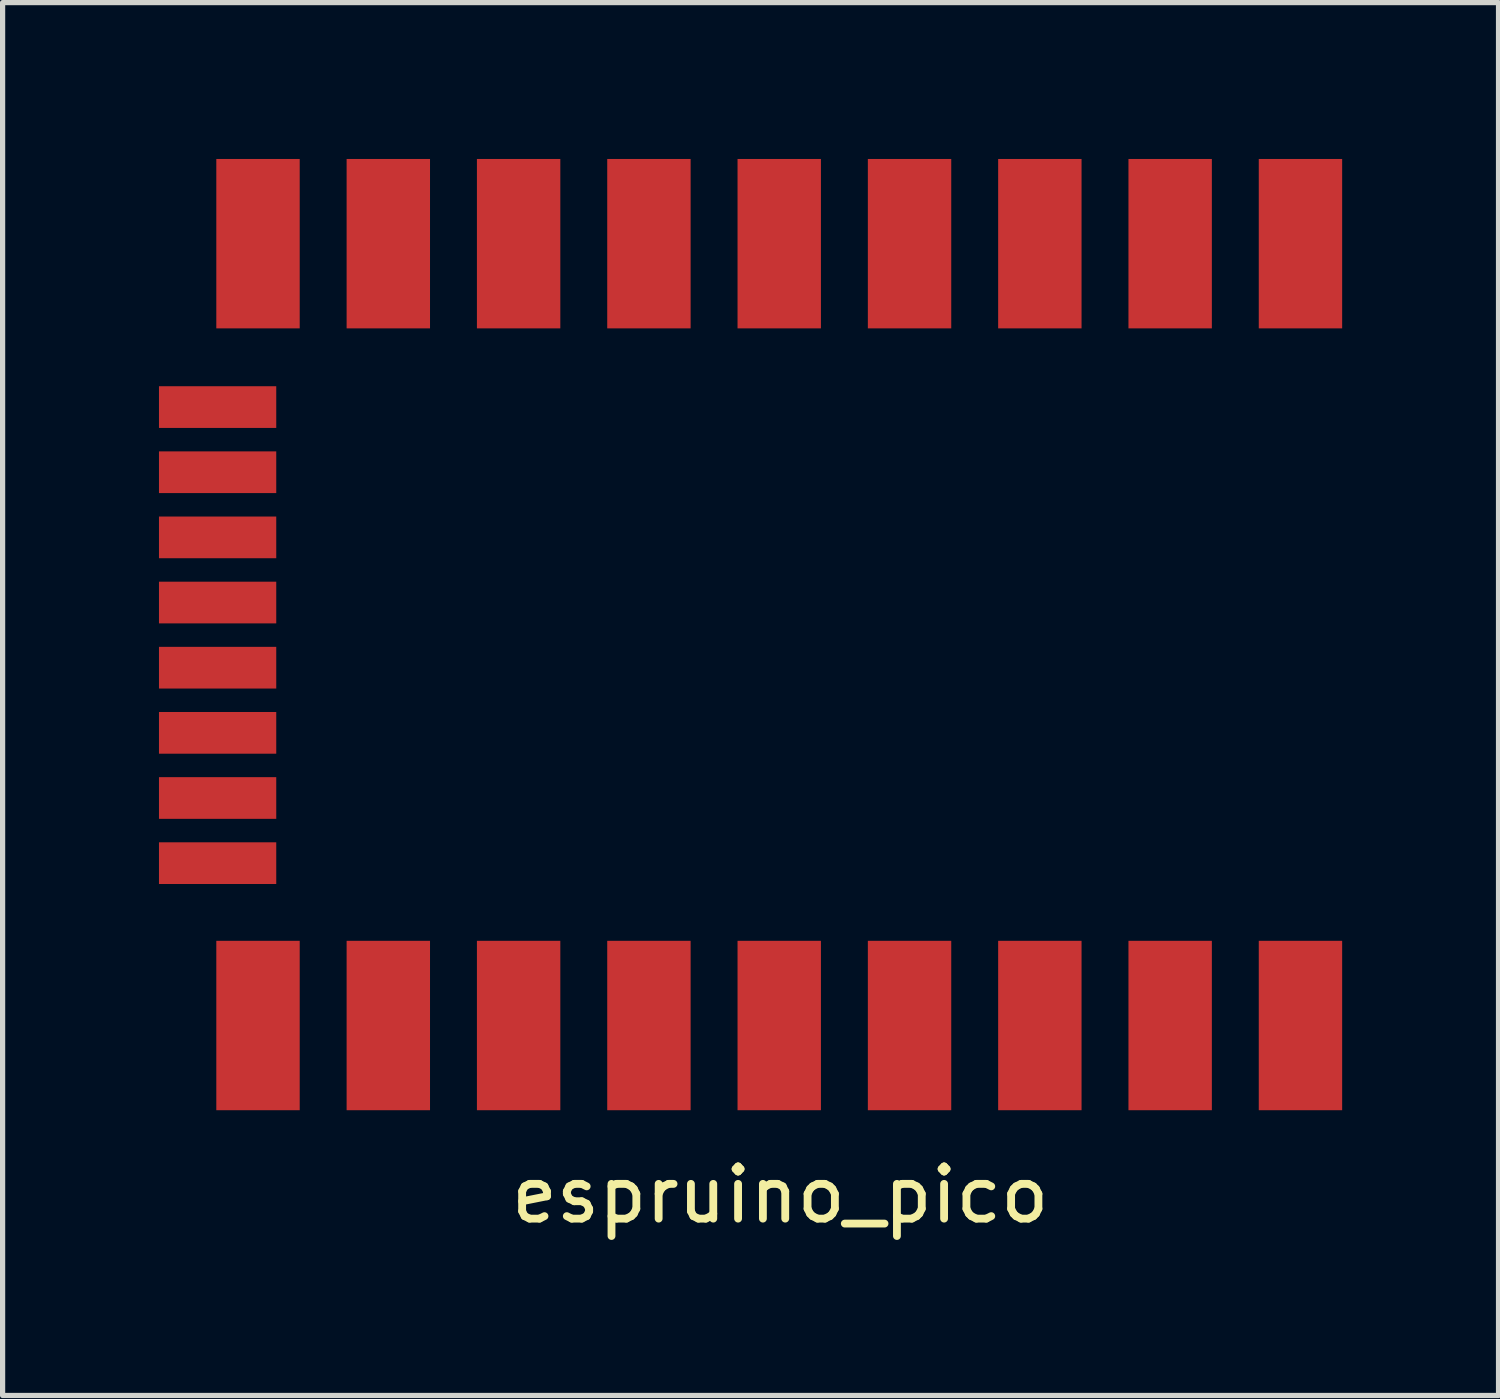
<source format=kicad_pcb>
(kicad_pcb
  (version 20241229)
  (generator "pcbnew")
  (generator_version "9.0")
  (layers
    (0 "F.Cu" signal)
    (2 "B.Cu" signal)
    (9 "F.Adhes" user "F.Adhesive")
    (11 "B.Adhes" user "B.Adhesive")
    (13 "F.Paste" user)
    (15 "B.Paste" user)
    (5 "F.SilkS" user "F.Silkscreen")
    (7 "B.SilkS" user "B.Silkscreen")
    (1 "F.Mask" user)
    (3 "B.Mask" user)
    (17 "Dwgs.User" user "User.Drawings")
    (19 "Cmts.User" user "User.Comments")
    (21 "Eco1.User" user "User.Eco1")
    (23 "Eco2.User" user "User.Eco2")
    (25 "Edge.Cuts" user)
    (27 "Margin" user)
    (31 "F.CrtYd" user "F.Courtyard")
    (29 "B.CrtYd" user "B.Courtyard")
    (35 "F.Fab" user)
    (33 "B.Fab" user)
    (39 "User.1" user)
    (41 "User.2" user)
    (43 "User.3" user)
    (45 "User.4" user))
  (footprint "espruino_pico"
    (layer "F.Cu")
    (at 1.9 2.875)
    (property "Reference" "espruino_pico" (at 10.02 17 0) (layer "F.SilkS") (effects (font (size 1 1) (thickness 0.15))))
    (attr through_hole)
    (pad "3V3" smd rect (at 15 0) (size 1.6 3.25) (drill (offset 0 -1.25)) (layers "F.Cu" "F.Mask" "F.Paste"))
    (pad "A0" smd rect (at -0.775 5.635) (size 2.25 0.8) (layers "F.Cu" "F.Mask" "F.Paste"))
    (pad "A1" smd rect (at -0.775 6.885) (size 2.25 0.8) (layers "F.Cu" "F.Mask" "F.Paste"))
    (pad "A2" smd rect (at -0.775 8.135) (size 2.25 0.8) (layers "F.Cu" "F.Mask" "F.Paste"))
    (pad "A3" smd rect (at -0.775 9.385) (size 2.25 0.8) (layers "F.Cu" "F.Mask" "F.Paste"))
    (pad "A4" smd rect (at -0.775 10.635) (size 2.25 0.8) (layers "F.Cu" "F.Mask" "F.Paste"))
    (pad "A5" smd rect (at 0 15) (size 1.6 3.25) (drill (offset 0 -1.25)) (layers "F.Cu" "F.Mask" "F.Paste"))
    (pad "A6" smd rect (at 2.5 15) (size 1.6 3.25) (drill (offset 0 -1.25)) (layers "F.Cu" "F.Mask" "F.Paste"))
    (pad "A7" smd rect (at 5 15) (size 1.6 3.25) (drill (offset 0 -1.25)) (layers "F.Cu" "F.Mask" "F.Paste"))
    (pad "A8" smd rect (at 0 0) (size 1.6 3.25) (drill (offset 0 -1.25)) (layers "F.Cu" "F.Mask" "F.Paste"))
    (pad "A10" smd rect (at -0.775 4.385) (size 2.25 0.8) (layers "F.Cu" "F.Mask" "F.Paste"))
    (pad "B1" smd rect (at 7.5 15) (size 1.6 3.25) (drill (offset 0 -1.25)) (layers "F.Cu" "F.Mask" "F.Paste"))
    (pad "B3" smd rect (at 12.5 0) (size 1.6 3.25) (drill (offset 0 -1.25)) (layers "F.Cu" "F.Mask" "F.Paste"))
    (pad "B4" smd rect (at 10 0) (size 1.6 3.25) (drill (offset 0 -1.25)) (layers "F.Cu" "F.Mask" "F.Paste"))
    (pad "B5" smd rect (at 7.5 0) (size 1.6 3.25) (drill (offset 0 -1.25)) (layers "F.Cu" "F.Mask" "F.Paste"))
    (pad "B6" smd rect (at 5 0) (size 1.6 3.25) (drill (offset 0 -1.25)) (layers "F.Cu" "F.Mask" "F.Paste"))
    (pad "B7" smd rect (at 2.5 0) (size 1.6 3.25) (drill (offset 0 -1.25)) (layers "F.Cu" "F.Mask" "F.Paste"))
    (pad "B8" smd rect (at -0.775 1.885) (size 2.25 0.8) (layers "F.Cu" "F.Mask" "F.Paste"))
    (pad "B9" smd rect (at -0.775 3.135) (size 2.25 0.8) (layers "F.Cu" "F.Mask" "F.Paste"))
    (pad "B10" smd rect (at 10 15) (size 1.6 3.25) (drill (offset 0 -1.25)) (layers "F.Cu" "F.Mask" "F.Paste"))
    (pad "B13" smd rect (at 12.5 15) (size 1.6 3.25) (drill (offset 0 -1.25)) (layers "F.Cu" "F.Mask" "F.Paste"))
    (pad "B14" smd rect (at 15 15) (size 1.6 3.25) (drill (offset 0 -1.25)) (layers "F.Cu" "F.Mask" "F.Paste"))
    (pad "B15" smd rect (at 17.5 15) (size 1.6 3.25) (drill (offset 0 -1.25)) (layers "F.Cu" "F.Mask" "F.Paste"))
    (pad "BAT" smd rect (at 20 15) (size 1.6 3.25) (drill (offset 0 -1.25)) (layers "F.Cu" "F.Mask" "F.Paste"))
    (pad "GND" smd rect (at 20 0) (size 1.6 3.25) (drill (offset 0 -1.25)) (layers "F.Cu" "F.Mask" "F.Paste"))
    (pad "OUT" smd rect (at 17.5 0) (size 1.6 3.25) (drill (offset 0 -1.25)) (layers "F.Cu" "F.Mask" "F.Paste")))
  (gr_rect
    (start -3 -3)
    (end 25.7 23.723)
    (stroke (width 0.1) (type default))
    (fill no)
    (layer "Edge.Cuts")))
</source>
